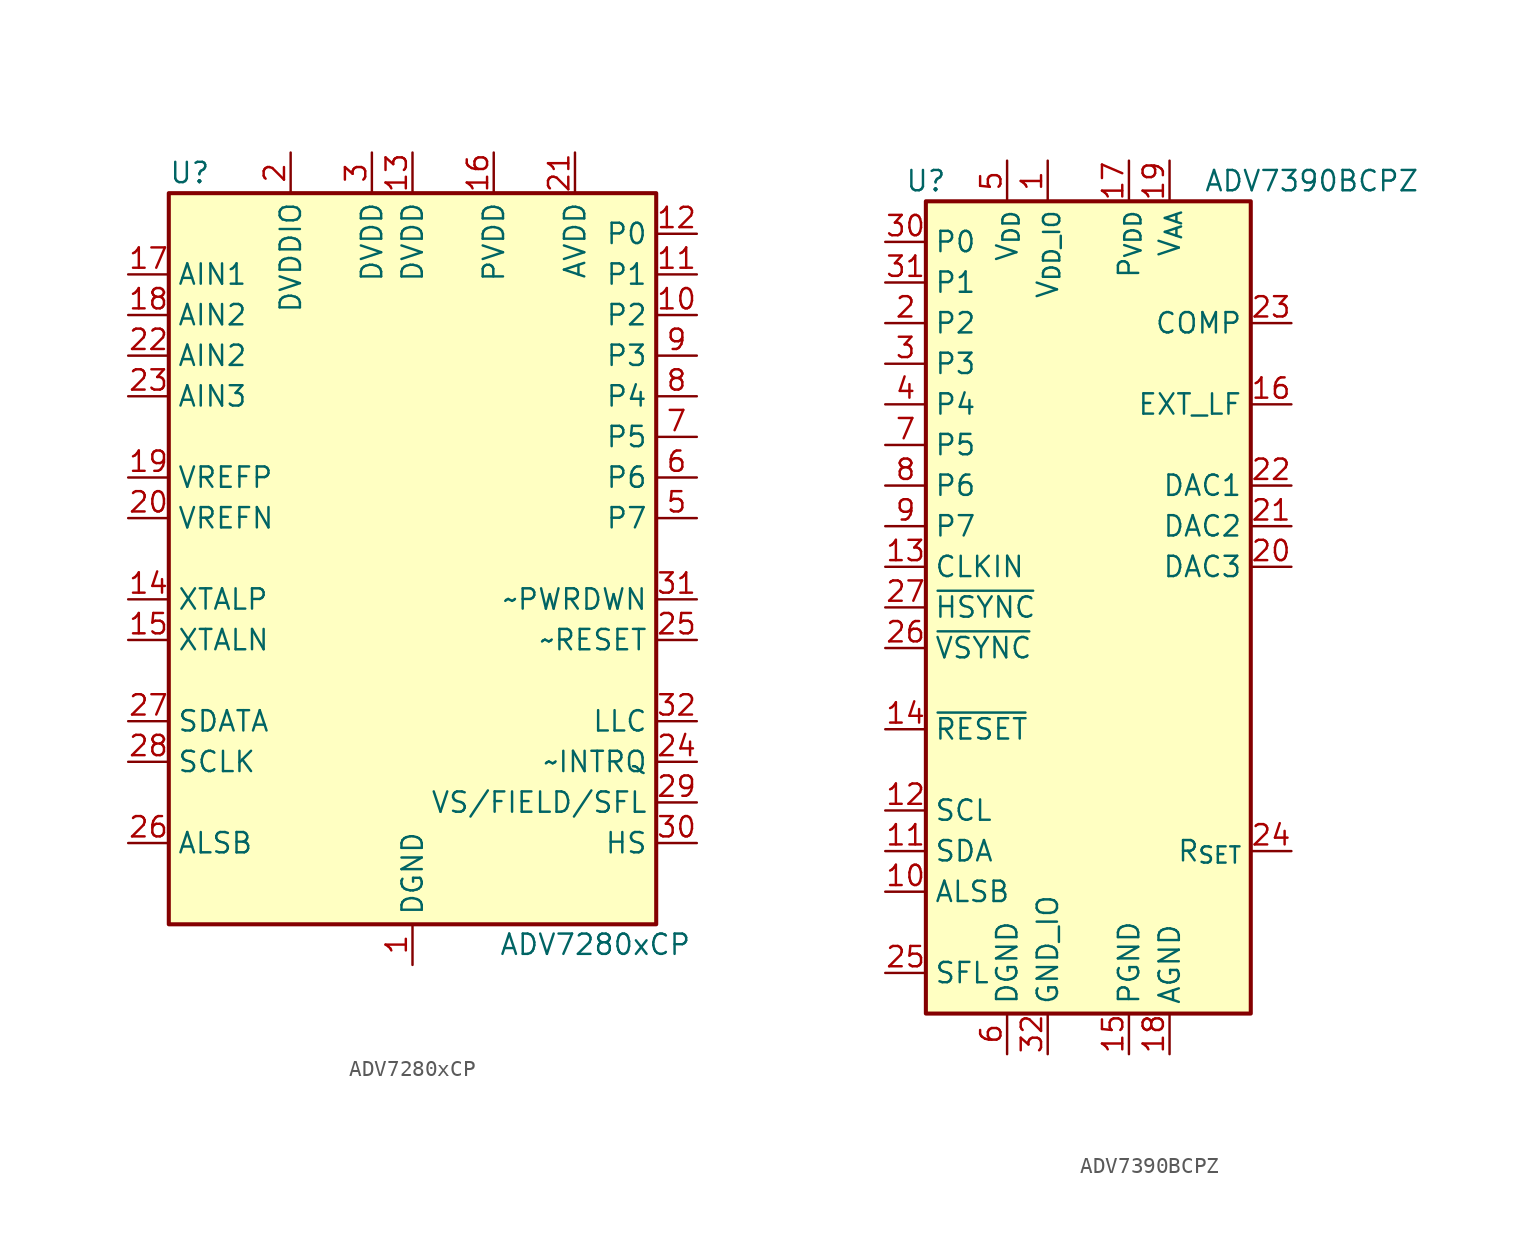
<source format=kicad_sym>
(kicad_symbol_lib
  (version 20241209)
  (generator "kicad_symbol_editor")
  (generator_version "9.0")
  (symbol "ADV7280xCP"
    (property "Reference" "U"
      (at -15.24 24.13 0)
      (effects (font (size 1.27 1.27)) (justify left)))
    (property "Value" "ADV7280xCP"
      (at 11.43 -24.13 0)
      (effects (font (size 1.27 1.27))))
    (symbol "ADV7280xCP_0_1"
      (rectangle (start -15.24 22.86) (end 15.24 -22.86) (stroke (width 0.254) (type default)) (fill (type background))))
    (symbol "ADV7280xCP_1_1"
      (pin input line (at -17.78 17.78 0) (length 2.54) (name "AIN1" (effects (font (size 1.27 1.27)))) (number "17" (effects (font (size 1.27 1.27)))))
      (pin input line (at -17.78 15.24 0) (length 2.54) (name "AIN2" (effects (font (size 1.27 1.27)))) (number "18" (effects (font (size 1.27 1.27)))))
      (pin input line (at -17.78 12.7 0) (length 2.54) (name "AIN2" (effects (font (size 1.27 1.27)))) (number "22" (effects (font (size 1.27 1.27)))))
      (pin input line (at -17.78 10.16 0) (length 2.54) (name "AIN3" (effects (font (size 1.27 1.27)))) (number "23" (effects (font (size 1.27 1.27)))))
      (pin output line (at -17.78 5.08 0) (length 2.54) (name "VREFP" (effects (font (size 1.27 1.27)))) (number "19" (effects (font (size 1.27 1.27)))))
      (pin output line (at -17.78 2.54 0) (length 2.54) (name "VREFN" (effects (font (size 1.27 1.27)))) (number "20" (effects (font (size 1.27 1.27)))))
      (pin output line (at -17.78 -2.54 0) (length 2.54) (name "XTALP" (effects (font (size 1.27 1.27)))) (number "14" (effects (font (size 1.27 1.27)))))
      (pin input line (at -17.78 -5.08 0) (length 2.54) (name "XTALN" (effects (font (size 1.27 1.27)))) (number "15" (effects (font (size 1.27 1.27)))))
      (pin bidirectional line (at -17.78 -10.16 0) (length 2.54) (name "SDATA" (effects (font (size 1.27 1.27)))) (number "27" (effects (font (size 1.27 1.27)))))
      (pin input line (at -17.78 -12.7 0) (length 2.54) (name "SCLK" (effects (font (size 1.27 1.27)))) (number "28" (effects (font (size 1.27 1.27)))))
      (pin input line (at -17.78 -17.78 0) (length 2.54) (name "ALSB" (effects (font (size 1.27 1.27)))) (number "26" (effects (font (size 1.27 1.27)))))
      (pin power_in line (at -7.62 25.4 270) (length 2.54) (name "DVDDIO" (effects (font (size 1.27 1.27)))) (number "2" (effects (font (size 1.27 1.27)))))
      (pin power_in line (at -2.54 25.4 270) (length 2.54) (name "DVDD" (effects (font (size 1.27 1.27)))) (number "3" (effects (font (size 1.27 1.27)))))
      (pin power_in line (at 0 25.4 270) (length 2.54) (name "DVDD" (effects (font (size 1.27 1.27)))) (number "13" (effects (font (size 1.27 1.27)))))
      (pin power_in line (at 0 -25.4 90) (length 2.54) (name "DGND" (effects (font (size 1.27 1.27)))) (number "1" (effects (font (size 1.27 1.27)))))
      (pin passive line (at 0 -25.4 90) (length 2.54) (hide yes) (name "DGND" (effects (font (size 1.27 1.27)))) (number "33" (effects (font (size 1.27 1.27)))))
      (pin passive line (at 0 -25.4 90) (length 2.54) (hide yes) (name "DGND" (effects (font (size 1.27 1.27)))) (number "4" (effects (font (size 1.27 1.27)))))
      (pin power_in line (at 5.08 25.4 270) (length 2.54) (name "PVDD" (effects (font (size 1.27 1.27)))) (number "16" (effects (font (size 1.27 1.27)))))
      (pin power_in line (at 10.16 25.4 270) (length 2.54) (name "AVDD" (effects (font (size 1.27 1.27)))) (number "21" (effects (font (size 1.27 1.27)))))
      (pin output line (at 17.78 20.32 180) (length 2.54) (name "P0" (effects (font (size 1.27 1.27)))) (number "12" (effects (font (size 1.27 1.27)))))
      (pin output line (at 17.78 17.78 180) (length 2.54) (name "P1" (effects (font (size 1.27 1.27)))) (number "11" (effects (font (size 1.27 1.27)))))
      (pin output line (at 17.78 15.24 180) (length 2.54) (name "P2" (effects (font (size 1.27 1.27)))) (number "10" (effects (font (size 1.27 1.27)))))
      (pin output line (at 17.78 12.7 180) (length 2.54) (name "P3" (effects (font (size 1.27 1.27)))) (number "9" (effects (font (size 1.27 1.27)))))
      (pin output line (at 17.78 10.16 180) (length 2.54) (name "P4" (effects (font (size 1.27 1.27)))) (number "8" (effects (font (size 1.27 1.27)))))
      (pin output line (at 17.78 7.62 180) (length 2.54) (name "P5" (effects (font (size 1.27 1.27)))) (number "7" (effects (font (size 1.27 1.27)))))
      (pin output line (at 17.78 5.08 180) (length 2.54) (name "P6" (effects (font (size 1.27 1.27)))) (number "6" (effects (font (size 1.27 1.27)))))
      (pin output line (at 17.78 2.54 180) (length 2.54) (name "P7" (effects (font (size 1.27 1.27)))) (number "5" (effects (font (size 1.27 1.27)))))
      (pin input line (at 17.78 -2.54 180) (length 2.54) (name "~PWRDWN" (effects (font (size 1.27 1.27)))) (number "31" (effects (font (size 1.27 1.27)))))
      (pin input line (at 17.78 -5.08 180) (length 2.54) (name "~RESET" (effects (font (size 1.27 1.27)))) (number "25" (effects (font (size 1.27 1.27)))))
      (pin output line (at 17.78 -10.16 180) (length 2.54) (name "LLC" (effects (font (size 1.27 1.27)))) (number "32" (effects (font (size 1.27 1.27)))))
      (pin output line (at 17.78 -12.7 180) (length 2.54) (name "~INTRQ" (effects (font (size 1.27 1.27)))) (number "24" (effects (font (size 1.27 1.27)))))
      (pin output line (at 17.78 -15.24 180) (length 2.54) (name "VS/FIELD/SFL" (effects (font (size 1.27 1.27)))) (number "29" (effects (font (size 1.27 1.27)))))
      (pin output line (at 17.78 -17.78 180) (length 2.54) (name "HS" (effects (font (size 1.27 1.27)))) (number "30" (effects (font (size 1.27 1.27)))))))
  (symbol "ADV7390BCPZ"
    (property "Reference" "U"
      (at -10.16 26.67 0)
      (effects (font (size 1.27 1.27))))
    (property "Value" "ADV7390BCPZ"
      (at 13.97 26.67 0)
      (effects (font (size 1.27 1.27))))
    (symbol "ADV7390BCPZ_0_1"
      (rectangle (start -10.16 25.4) (end 10.16 -25.4) (stroke (width 0.254) (type default)) (fill (type background))))
    (symbol "ADV7390BCPZ_1_1"
      (pin input line (at -12.7 22.86 0) (length 2.54) (name "P0" (effects (font (size 1.27 1.27)))) (number "30" (effects (font (size 1.27 1.27)))))
      (pin input line (at -12.7 20.32 0) (length 2.54) (name "P1" (effects (font (size 1.27 1.27)))) (number "31" (effects (font (size 1.27 1.27)))))
      (pin input line (at -12.7 17.78 0) (length 2.54) (name "P2" (effects (font (size 1.27 1.27)))) (number "2" (effects (font (size 1.27 1.27)))))
      (pin input line (at -12.7 15.24 0) (length 2.54) (name "P3" (effects (font (size 1.27 1.27)))) (number "3" (effects (font (size 1.27 1.27)))))
      (pin input line (at -12.7 12.7 0) (length 2.54) (name "P4" (effects (font (size 1.27 1.27)))) (number "4" (effects (font (size 1.27 1.27)))))
      (pin input line (at -12.7 10.16 0) (length 2.54) (name "P5" (effects (font (size 1.27 1.27)))) (number "7" (effects (font (size 1.27 1.27)))))
      (pin input line (at -12.7 7.62 0) (length 2.54) (name "P6" (effects (font (size 1.27 1.27)))) (number "8" (effects (font (size 1.27 1.27)))))
      (pin input line (at -12.7 5.08 0) (length 2.54) (name "P7" (effects (font (size 1.27 1.27)))) (number "9" (effects (font (size 1.27 1.27)))))
      (pin input line (at -12.7 2.54 0) (length 2.54) (name "CLKIN" (effects (font (size 1.27 1.27)))) (number "13" (effects (font (size 1.27 1.27)))))
      (pin bidirectional line (at -12.7 0 0) (length 2.54) (name "~{HSYNC}" (effects (font (size 1.27 1.27)))) (number "27" (effects (font (size 1.27 1.27)))))
      (pin bidirectional line (at -12.7 -2.54 0) (length 2.54) (name "~{VSYNC}" (effects (font (size 1.27 1.27)))) (number "26" (effects (font (size 1.27 1.27)))))
      (pin input line (at -12.7 -7.62 0) (length 2.54) (name "~{RESET}" (effects (font (size 1.27 1.27)))) (number "14" (effects (font (size 1.27 1.27)))))
      (pin input line (at -12.7 -12.7 0) (length 2.54) (name "SCL" (effects (font (size 1.27 1.27)))) (number "12" (effects (font (size 1.27 1.27)))))
      (pin bidirectional line (at -12.7 -15.24 0) (length 2.54) (name "SDA" (effects (font (size 1.27 1.27)))) (number "11" (effects (font (size 1.27 1.27)))))
      (pin input line (at -12.7 -17.78 0) (length 2.54) (name "ALSB" (effects (font (size 1.27 1.27)))) (number "10" (effects (font (size 1.27 1.27)))))
      (pin input line (at -12.7 -22.86 0) (length 2.54) (name "SFL" (effects (font (size 1.27 1.27)))) (number "25" (effects (font (size 1.27 1.27)))))
      (pin passive line (at -5.08 27.94 270) (length 2.54) (hide yes) (name "V_{DD}" (effects (font (size 1.27 1.27)))) (number "28" (effects (font (size 1.27 1.27)))))
      (pin power_in line (at -5.08 27.94 270) (length 2.54) (name "V_{DD}" (effects (font (size 1.27 1.27)))) (number "5" (effects (font (size 1.27 1.27)))))
      (pin passive line (at -5.08 -27.94 90) (length 2.54) (hide yes) (name "DGND" (effects (font (size 1.27 1.27)))) (number "29" (effects (font (size 1.27 1.27)))))
      (pin power_in line (at -5.08 -27.94 90) (length 2.54) (name "DGND" (effects (font (size 1.27 1.27)))) (number "6" (effects (font (size 1.27 1.27)))))
      (pin power_in line (at -2.54 27.94 270) (length 2.54) (name "V_{DD_IO}" (effects (font (size 1.27 1.27)))) (number "1" (effects (font (size 1.27 1.27)))))
      (pin power_in line (at -2.54 -27.94 90) (length 2.54) (name "GND_IO" (effects (font (size 1.27 1.27)))) (number "32" (effects (font (size 1.27 1.27)))))
      (pin power_in line (at 2.54 27.94 270) (length 2.54) (name "P_{VDD}" (effects (font (size 1.27 1.27)))) (number "17" (effects (font (size 1.27 1.27)))))
      (pin power_in line (at 2.54 -27.94 90) (length 2.54) (name "PGND" (effects (font (size 1.27 1.27)))) (number "15" (effects (font (size 1.27 1.27)))))
      (pin power_in line (at 5.08 27.94 270) (length 2.54) (name "V_{AA}" (effects (font (size 1.27 1.27)))) (number "19" (effects (font (size 1.27 1.27)))))
      (pin power_in line (at 5.08 -27.94 90) (length 2.54) (name "AGND" (effects (font (size 1.27 1.27)))) (number "18" (effects (font (size 1.27 1.27)))))
      (pin passive line (at 5.08 -27.94 90) (length 2.54) (hide yes) (name "AGND" (effects (font (size 1.27 1.27)))) (number "33" (effects (font (size 1.27 1.27)))))
      (pin output line (at 12.7 17.78 180) (length 2.54) (name "COMP" (effects (font (size 1.27 1.27)))) (number "23" (effects (font (size 1.27 1.27)))))
      (pin passive line (at 12.7 12.7 180) (length 2.54) (name "EXT_LF" (effects (font (size 1.27 1.27)))) (number "16" (effects (font (size 1.27 1.27)))))
      (pin output line (at 12.7 7.62 180) (length 2.54) (name "DAC1" (effects (font (size 1.27 1.27)))) (number "22" (effects (font (size 1.27 1.27)))))
      (pin output line (at 12.7 5.08 180) (length 2.54) (name "DAC2" (effects (font (size 1.27 1.27)))) (number "21" (effects (font (size 1.27 1.27)))))
      (pin output line (at 12.7 2.54 180) (length 2.54) (name "DAC3" (effects (font (size 1.27 1.27)))) (number "20" (effects (font (size 1.27 1.27)))))
      (pin input line (at 12.7 -15.24 180) (length 2.54) (name "R_{SET}" (effects (font (size 1.27 1.27)))) (number "24" (effects (font (size 1.27 1.27))))))))
</source>
